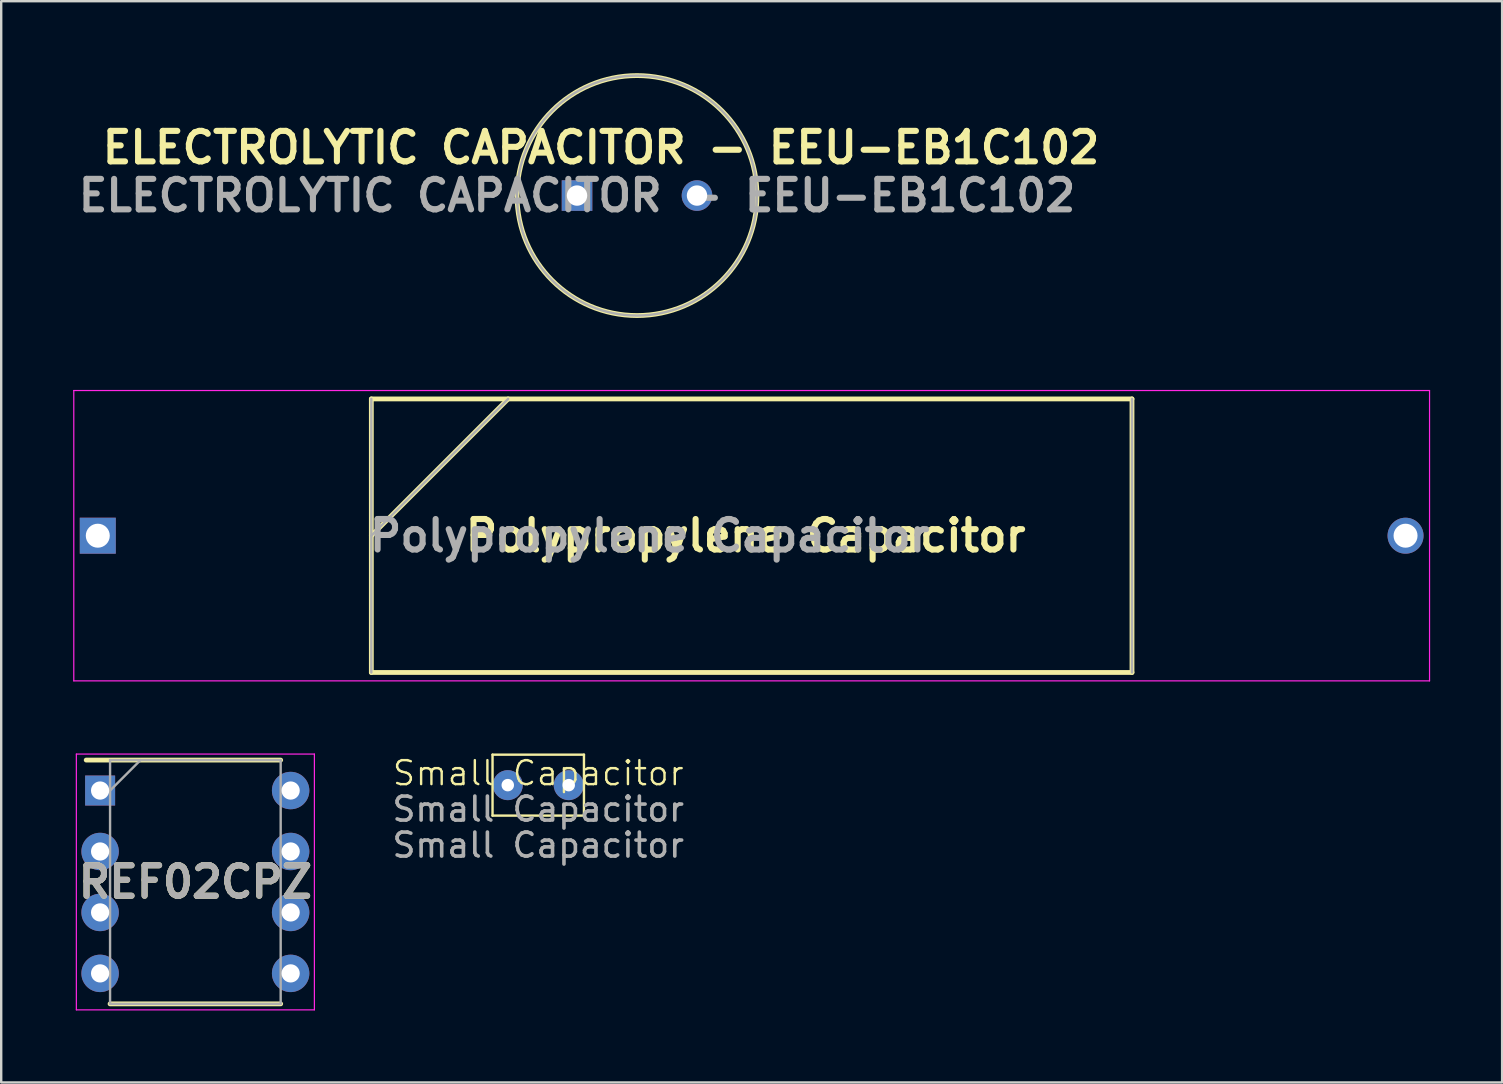
<source format=kicad_pcb>
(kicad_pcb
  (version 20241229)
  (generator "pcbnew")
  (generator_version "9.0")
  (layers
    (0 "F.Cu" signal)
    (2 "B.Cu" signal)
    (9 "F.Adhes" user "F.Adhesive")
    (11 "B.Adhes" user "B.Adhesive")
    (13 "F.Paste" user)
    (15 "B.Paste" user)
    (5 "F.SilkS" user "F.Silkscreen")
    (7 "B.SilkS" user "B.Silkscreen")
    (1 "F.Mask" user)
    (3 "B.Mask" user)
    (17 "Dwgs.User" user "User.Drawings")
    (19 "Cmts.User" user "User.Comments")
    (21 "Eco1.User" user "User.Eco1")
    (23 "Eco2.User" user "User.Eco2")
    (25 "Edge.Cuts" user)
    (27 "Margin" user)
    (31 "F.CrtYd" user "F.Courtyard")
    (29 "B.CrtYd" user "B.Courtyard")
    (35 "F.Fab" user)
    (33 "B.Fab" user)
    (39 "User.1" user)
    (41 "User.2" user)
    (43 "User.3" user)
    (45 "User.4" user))
  (footprint "ELECTROLYTIC CAPACITOR - EEU-EB1C102"
    (layer "F.Cu")
    (at 20.997 5.1)
    (property "Reference" "ELECTROLYTIC CAPACITOR - EEU-EB1C102" (at 1 -2 0) (layer "F.SilkS") (effects (font (size 1.27 1.27) (thickness 0.254))))
    (attr through_hole)
    (fp_circle (center 2.5 0) (end 2.5 5) (stroke (width 0.2) (type solid)) (fill no) (layer "F.SilkS"))
    (fp_circle (center 2.5 0) (end 2.5 5) (stroke (width 0.1) (type solid)) (fill no) (layer "F.Fab"))
    (fp_text user "${REFERENCE}" (at 0 0 0) (layer "F.Fab") (effects (font (size 1.27 1.27) (thickness 0.254))))
    (pad "1" thru_hole rect (at 0 0) (size 1.275 1.275) (drill 0.85) (layers "*.Cu" "*.Mask"))
    (pad "2" thru_hole circle (at 5 0) (size 1.275 1.275) (drill 0.85) (layers "*.Cu" "*.Mask")))
  (footprint "Small Capacitor"
    (layer "F.Cu")
    (at 19.381 29.67)
    (property "Reference" "Small Capacitor" (at 0 -0.5 0) (unlocked yes) (layer "F.SilkS") (effects (font (size 1 1) (thickness 0.1))))
    (attr through_hole)
    (fp_line (start -1.905 -1.27) (end 1.905 -1.27) (stroke (width 0.1) (type default)) (layer "F.SilkS"))
    (fp_line (start -1.905 1.27) (end -1.905 -1.27) (stroke (width 0.1) (type default)) (layer "F.SilkS"))
    (fp_line (start 1.905 -1.27) (end 1.905 1.27) (stroke (width 0.1) (type default)) (layer "F.SilkS"))
    (fp_line (start 1.905 1.27) (end -1.905 1.27) (stroke (width 0.1) (type default)) (layer "F.SilkS"))
    (fp_text user "${REFERENCE}" (at 0 2.5 0) (unlocked yes) (layer "F.Fab") (effects (font (size 1 1) (thickness 0.15))))
    (fp_text user "${REFERENCE}" (at 0 1 0) (unlocked yes) (layer "F.Fab") (effects (font (size 1 1) (thickness 0.15))))
    (pad "1" thru_hole circle (at -1.27 0) (size 1.25 1.25) (drill 0.52) (layers "*.Cu" "*.Mask"))
    (pad "2" thru_hole circle (at 1.27 0) (size 1.25 1.25) (drill 0.52) (layers "*.Cu" "*.Mask")))
  (footprint "Polypropylene Capacitor"
    (layer "F.Cu")
    (at 1.025 19.275)
    (property "Reference" "Polypropylene Capacitor" (at 27 0 0) (layer "F.SilkS") (effects (font (size 1.27 1.27) (thickness 0.254))))
    (attr through_hole)
    (fp_line (start 11.4 -5.7) (end 43.1 -5.7) (stroke (width 0.2) (type solid)) (layer "F.SilkS"))
    (fp_line (start 11.4 0) (end 17.1 -5.7) (stroke (width 0.2) (type solid)) (layer "F.SilkS"))
    (fp_line (start 11.4 5.7) (end 11.4 -5.7) (stroke (width 0.2) (type solid)) (layer "F.SilkS"))
    (fp_line (start 43.1 -5.7) (end 43.1 5.7) (stroke (width 0.2) (type solid)) (layer "F.SilkS"))
    (fp_line (start 43.1 5.7) (end 11.4 5.7) (stroke (width 0.2) (type solid)) (layer "F.SilkS"))
    (fp_line (start -1 -6.05) (end 55.5 -6.05) (stroke (width 0.05) (type solid)) (layer "F.CrtYd"))
    (fp_line (start -1 6.05) (end -1 -6.05) (stroke (width 0.05) (type solid)) (layer "F.CrtYd"))
    (fp_line (start 55.5 -6.05) (end 55.5 6.05) (stroke (width 0.05) (type solid)) (layer "F.CrtYd"))
    (fp_line (start 55.5 6.05) (end -1 6.05) (stroke (width 0.05) (type solid)) (layer "F.CrtYd"))
    (fp_line (start 11.4 0) (end 17.1 -5.7) (stroke (width 0.1) (type solid)) (layer "F.Fab"))
    (fp_line (start 11.4 5.7) (end 11.4 -5.7) (stroke (width 0.1) (type solid)) (layer "F.Fab"))
    (fp_line (start 43.1 -5.7) (end 43.1 5.7) (stroke (width 0.1) (type solid)) (layer "F.Fab"))
    (fp_text user "${REFERENCE}" (at 23 0 0) (layer "F.Fab") (effects (font (size 1.27 1.27) (thickness 0.254))))
    (pad "1" thru_hole rect (at 0 0) (size 1.5 1.5) (drill 1) (layers "*.Cu" "*.Mask"))
    (pad "2" thru_hole circle (at 54.5 0) (size 1.5 1.5) (drill 1) (layers "*.Cu" "*.Mask")))
  (footprint "REF02CPZ"
    (layer "F.Cu")
    (at 5.092 33.705)
    (property "Reference" "REF02CPZ" (at 0 0 0) (layer "F.SilkS") (effects (font (size 1.27 1.27) (thickness 0.254))))
    (attr through_hole)
    (fp_line (start -4.55 -5.08) (end 3.555 -5.08) (stroke (width 0.2) (type solid)) (layer "F.SilkS"))
    (fp_line (start -3.555 5.08) (end 3.555 5.08) (stroke (width 0.2) (type solid)) (layer "F.SilkS"))
    (fp_line (start -4.96 -5.33) (end 4.96 -5.33) (stroke (width 0.05) (type solid)) (layer "F.CrtYd"))
    (fp_line (start -4.96 5.33) (end -4.96 -5.33) (stroke (width 0.05) (type solid)) (layer "F.CrtYd"))
    (fp_line (start 4.96 -5.33) (end 4.96 5.33) (stroke (width 0.05) (type solid)) (layer "F.CrtYd"))
    (fp_line (start 4.96 5.33) (end -4.96 5.33) (stroke (width 0.05) (type solid)) (layer "F.CrtYd"))
    (fp_line (start -3.555 -5.08) (end 3.555 -5.08) (stroke (width 0.1) (type solid)) (layer "F.Fab"))
    (fp_line (start -3.555 -3.81) (end -2.285 -5.08) (stroke (width 0.1) (type solid)) (layer "F.Fab"))
    (fp_line (start -3.555 5.08) (end -3.555 -5.08) (stroke (width 0.1) (type solid)) (layer "F.Fab"))
    (fp_line (start 3.555 -5.08) (end 3.555 5.08) (stroke (width 0.1) (type solid)) (layer "F.Fab"))
    (fp_line (start 3.555 5.08) (end -3.555 5.08) (stroke (width 0.1) (type solid)) (layer "F.Fab"))
    (fp_text user "${REFERENCE}" (at 0 0 0) (layer "F.Fab") (effects (font (size 1.27 1.27) (thickness 0.254))))
    (pad "1" thru_hole rect (at -3.97 -3.81) (size 1.25 1.25) (drill 0.76) (layers "*.Cu" "*.Mask"))
    (pad "2" thru_hole circle (at -3.97 -1.27) (size 1.56 1.56) (drill 0.76) (layers "*.Cu" "*.Mask"))
    (pad "3" thru_hole circle (at -3.97 1.27) (size 1.56 1.56) (drill 0.76) (layers "*.Cu" "*.Mask"))
    (pad "4" thru_hole circle (at -3.97 3.81) (size 1.56 1.56) (drill 0.76) (layers "*.Cu" "*.Mask"))
    (pad "5" thru_hole circle (at 3.97 3.81) (size 1.56 1.56) (drill 0.76) (layers "*.Cu" "*.Mask"))
    (pad "6" thru_hole circle (at 3.97 1.27) (size 1.56 1.56) (drill 0.76) (layers "*.Cu" "*.Mask"))
    (pad "7" thru_hole circle (at 3.97 -1.27) (size 1.56 1.56) (drill 0.76) (layers "*.Cu" "*.Mask"))
    (pad "8" thru_hole circle (at 3.97 -3.81) (size 1.56 1.56) (drill 0.76) (layers "*.Cu" "*.Mask")))
  (gr_rect
    (start -3 -3)
    (end 59.55 42.06)
    (stroke (width 0.1) (type default))
    (fill no)
    (layer "Edge.Cuts")))
</source>
